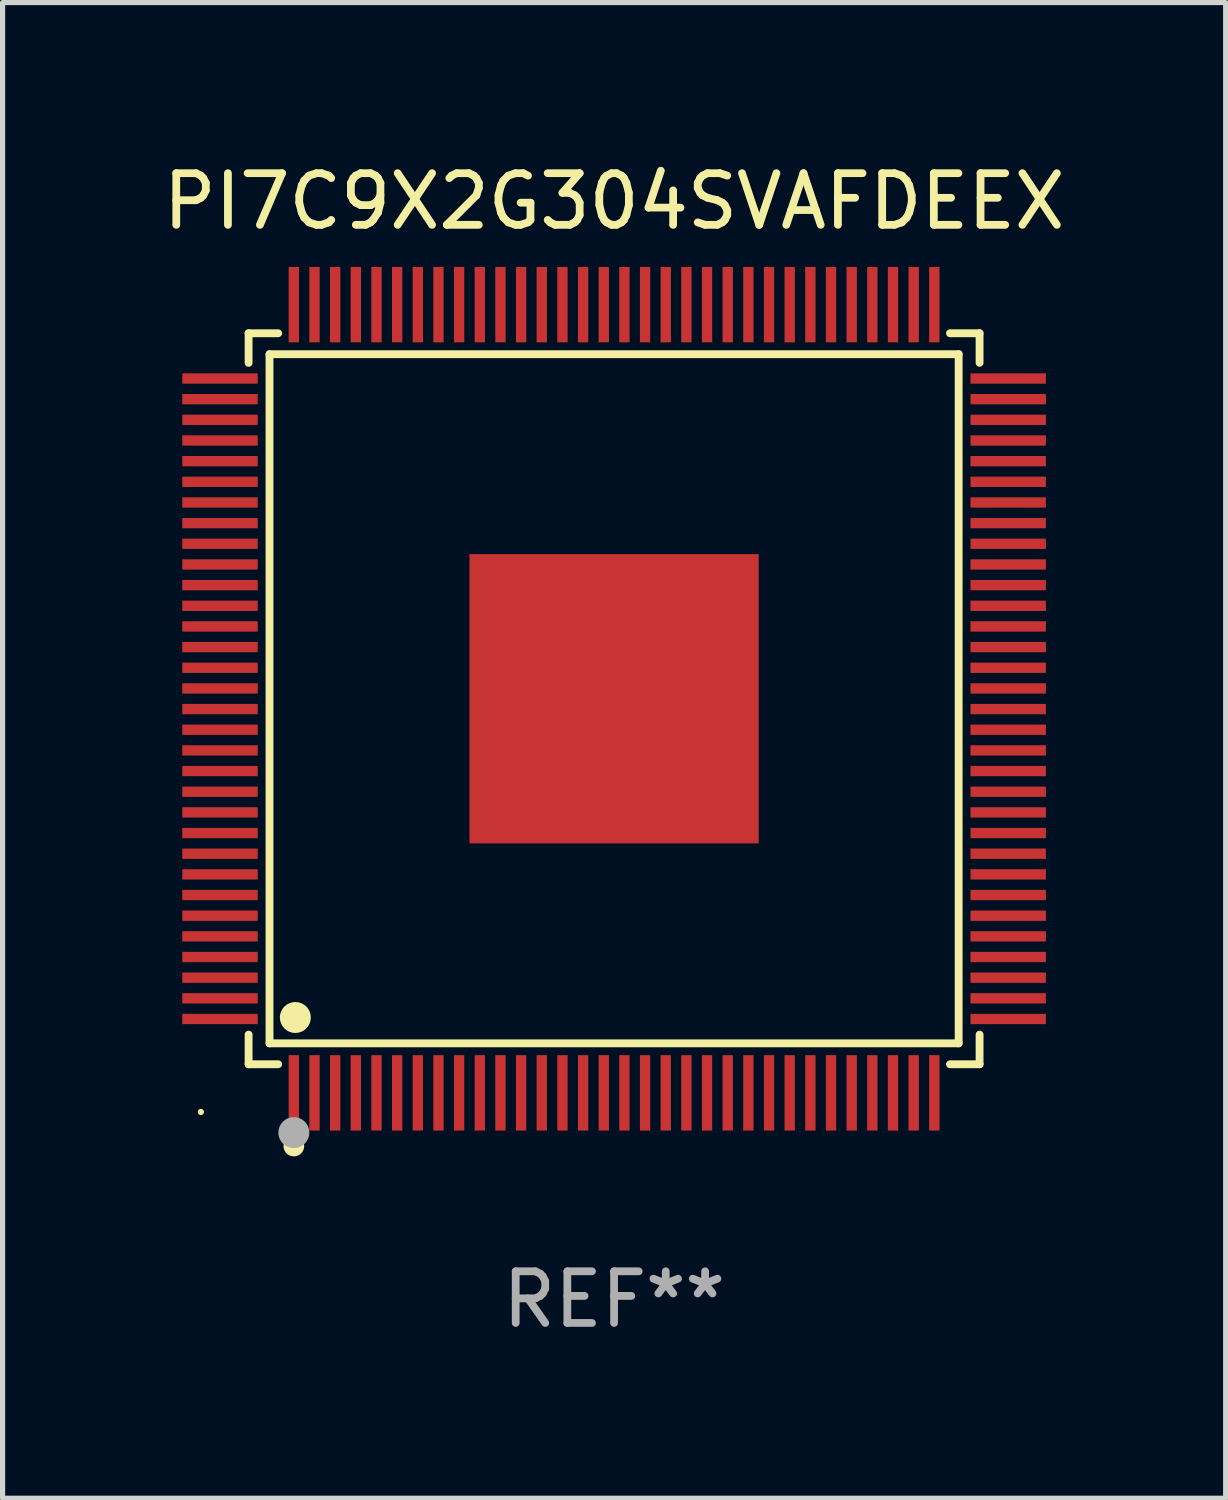
<source format=kicad_pcb>
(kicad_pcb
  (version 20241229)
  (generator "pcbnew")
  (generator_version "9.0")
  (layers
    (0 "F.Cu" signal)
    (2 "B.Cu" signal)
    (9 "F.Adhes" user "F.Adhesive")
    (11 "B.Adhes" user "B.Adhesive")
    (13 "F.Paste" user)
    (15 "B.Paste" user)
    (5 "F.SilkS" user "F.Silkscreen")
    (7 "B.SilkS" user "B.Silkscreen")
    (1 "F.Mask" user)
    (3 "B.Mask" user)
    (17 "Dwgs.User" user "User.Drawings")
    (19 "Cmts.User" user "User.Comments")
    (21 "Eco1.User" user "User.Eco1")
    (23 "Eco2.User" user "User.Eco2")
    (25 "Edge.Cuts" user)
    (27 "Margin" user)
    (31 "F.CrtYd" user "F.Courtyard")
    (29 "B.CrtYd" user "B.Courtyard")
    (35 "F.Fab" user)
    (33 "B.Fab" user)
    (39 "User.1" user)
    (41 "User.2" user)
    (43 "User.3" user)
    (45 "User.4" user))
  (footprint "PI7C9X2G304SVAFDEEX"
    (layer "F.Cu")
    (at 8.839 10.478)
    (property "Reference" "PI7C9X2G304SVAFDEEX" (at 0 -9.63 0) (layer "F.SilkS") (effects (font (size 1 1) (thickness 0.15))))
    (attr through_hole)
    (fp_line (start -7.076 -7.076) (end -6.503 -7.076) (stroke (width 0.152) (type solid)) (layer "F.SilkS"))
    (fp_line (start -7.076 -6.503) (end -7.076 -7.076) (stroke (width 0.152) (type solid)) (layer "F.SilkS"))
    (fp_line (start -7.076 6.503) (end -7.076 7.076) (stroke (width 0.152) (type solid)) (layer "F.SilkS"))
    (fp_line (start -7.076 7.076) (end -6.503 7.076) (stroke (width 0.152) (type solid)) (layer "F.SilkS"))
    (fp_line (start -6.671 -6.671) (end 6.671 -6.671) (stroke (width 0.152) (type solid)) (layer "F.SilkS"))
    (fp_line (start -6.671 6.671) (end -6.671 -6.671) (stroke (width 0.152) (type solid)) (layer "F.SilkS"))
    (fp_line (start 6.671 -6.671) (end 6.671 6.671) (stroke (width 0.152) (type solid)) (layer "F.SilkS"))
    (fp_line (start 6.671 6.671) (end -6.671 6.671) (stroke (width 0.152) (type solid)) (layer "F.SilkS"))
    (fp_line (start 7.076 -7.076) (end 6.503 -7.076) (stroke (width 0.152) (type solid)) (layer "F.SilkS"))
    (fp_line (start 7.076 -6.503) (end 7.076 -7.076) (stroke (width 0.152) (type solid)) (layer "F.SilkS"))
    (fp_line (start 7.076 6.503) (end 7.076 7.076) (stroke (width 0.152) (type solid)) (layer "F.SilkS"))
    (fp_line (start 7.076 7.076) (end 6.503 7.076) (stroke (width 0.152) (type solid)) (layer "F.SilkS"))
    (fp_circle (center -8 8) (end -7.97 8) (stroke (width 0.06) (type solid)) (fill no) (layer "F.SilkS"))
    (fp_circle (center -6.2 8.66) (end -6.1 8.66) (stroke (width 0.2) (type solid)) (fill no) (layer "F.SilkS"))
    (fp_circle (center -6.171 6.171) (end -6.021 6.171) (stroke (width 0.3) (type solid)) (fill no) (layer "F.SilkS"))
    (fp_circle (center -6.2 8.4) (end -6.05 8.4) (stroke (width 0.3) (type solid)) (fill no) (layer "F.Fab"))
    (fp_text user "REF**" (at 0 11.63 0) (layer "F.Fab") (effects (font (size 1 1) (thickness 0.15))))
    (pad "1" smd rect (at -6.2 7.63) (size 0.2 1.46) (layers "F.Cu" "F.Mask" "F.Paste"))
    (pad "2" smd rect (at -5.8 7.63) (size 0.2 1.46) (layers "F.Cu" "F.Mask" "F.Paste"))
    (pad "3" smd rect (at -5.4 7.63) (size 0.2 1.46) (layers "F.Cu" "F.Mask" "F.Paste"))
    (pad "4" smd rect (at -5 7.63) (size 0.2 1.46) (layers "F.Cu" "F.Mask" "F.Paste"))
    (pad "5" smd rect (at -4.6 7.63) (size 0.2 1.46) (layers "F.Cu" "F.Mask" "F.Paste"))
    (pad "6" smd rect (at -4.2 7.63) (size 0.2 1.46) (layers "F.Cu" "F.Mask" "F.Paste"))
    (pad "7" smd rect (at -3.8 7.63) (size 0.2 1.46) (layers "F.Cu" "F.Mask" "F.Paste"))
    (pad "8" smd rect (at -3.4 7.63) (size 0.2 1.46) (layers "F.Cu" "F.Mask" "F.Paste"))
    (pad "9" smd rect (at -3 7.63) (size 0.2 1.46) (layers "F.Cu" "F.Mask" "F.Paste"))
    (pad "10" smd rect (at -2.6 7.63) (size 0.2 1.46) (layers "F.Cu" "F.Mask" "F.Paste"))
    (pad "11" smd rect (at -2.2 7.63) (size 0.2 1.46) (layers "F.Cu" "F.Mask" "F.Paste"))
    (pad "12" smd rect (at -1.8 7.63) (size 0.2 1.46) (layers "F.Cu" "F.Mask" "F.Paste"))
    (pad "13" smd rect (at -1.4 7.63) (size 0.2 1.46) (layers "F.Cu" "F.Mask" "F.Paste"))
    (pad "14" smd rect (at -1 7.63) (size 0.2 1.46) (layers "F.Cu" "F.Mask" "F.Paste"))
    (pad "15" smd rect (at -0.6 7.63) (size 0.2 1.46) (layers "F.Cu" "F.Mask" "F.Paste"))
    (pad "16" smd rect (at -0.2 7.63) (size 0.2 1.46) (layers "F.Cu" "F.Mask" "F.Paste"))
    (pad "17" smd rect (at 0.2 7.63) (size 0.2 1.46) (layers "F.Cu" "F.Mask" "F.Paste"))
    (pad "18" smd rect (at 0.6 7.63) (size 0.2 1.46) (layers "F.Cu" "F.Mask" "F.Paste"))
    (pad "19" smd rect (at 1 7.63) (size 0.2 1.46) (layers "F.Cu" "F.Mask" "F.Paste"))
    (pad "20" smd rect (at 1.4 7.63) (size 0.2 1.46) (layers "F.Cu" "F.Mask" "F.Paste"))
    (pad "21" smd rect (at 1.8 7.63) (size 0.2 1.46) (layers "F.Cu" "F.Mask" "F.Paste"))
    (pad "22" smd rect (at 2.2 7.63) (size 0.2 1.46) (layers "F.Cu" "F.Mask" "F.Paste"))
    (pad "23" smd rect (at 2.6 7.63) (size 0.2 1.46) (layers "F.Cu" "F.Mask" "F.Paste"))
    (pad "24" smd rect (at 3 7.63) (size 0.2 1.46) (layers "F.Cu" "F.Mask" "F.Paste"))
    (pad "25" smd rect (at 3.4 7.63) (size 0.2 1.46) (layers "F.Cu" "F.Mask" "F.Paste"))
    (pad "26" smd rect (at 3.8 7.63) (size 0.2 1.46) (layers "F.Cu" "F.Mask" "F.Paste"))
    (pad "27" smd rect (at 4.2 7.63) (size 0.2 1.46) (layers "F.Cu" "F.Mask" "F.Paste"))
    (pad "28" smd rect (at 4.6 7.63) (size 0.2 1.46) (layers "F.Cu" "F.Mask" "F.Paste"))
    (pad "29" smd rect (at 5 7.63) (size 0.2 1.46) (layers "F.Cu" "F.Mask" "F.Paste"))
    (pad "30" smd rect (at 5.4 7.63) (size 0.2 1.46) (layers "F.Cu" "F.Mask" "F.Paste"))
    (pad "31" smd rect (at 5.8 7.63) (size 0.2 1.46) (layers "F.Cu" "F.Mask" "F.Paste"))
    (pad "32" smd rect (at 6.2 7.63) (size 0.2 1.46) (layers "F.Cu" "F.Mask" "F.Paste"))
    (pad "33" smd rect (at 7.63 6.2) (size 1.46 0.2) (layers "F.Cu" "F.Mask" "F.Paste"))
    (pad "34" smd rect (at 7.63 5.8) (size 1.46 0.2) (layers "F.Cu" "F.Mask" "F.Paste"))
    (pad "35" smd rect (at 7.63 5.4) (size 1.46 0.2) (layers "F.Cu" "F.Mask" "F.Paste"))
    (pad "36" smd rect (at 7.63 5) (size 1.46 0.2) (layers "F.Cu" "F.Mask" "F.Paste"))
    (pad "37" smd rect (at 7.63 4.6) (size 1.46 0.2) (layers "F.Cu" "F.Mask" "F.Paste"))
    (pad "38" smd rect (at 7.63 4.2) (size 1.46 0.2) (layers "F.Cu" "F.Mask" "F.Paste"))
    (pad "39" smd rect (at 7.63 3.8) (size 1.46 0.2) (layers "F.Cu" "F.Mask" "F.Paste"))
    (pad "40" smd rect (at 7.63 3.4) (size 1.46 0.2) (layers "F.Cu" "F.Mask" "F.Paste"))
    (pad "41" smd rect (at 7.63 3) (size 1.46 0.2) (layers "F.Cu" "F.Mask" "F.Paste"))
    (pad "42" smd rect (at 7.63 2.6) (size 1.46 0.2) (layers "F.Cu" "F.Mask" "F.Paste"))
    (pad "43" smd rect (at 7.63 2.2) (size 1.46 0.2) (layers "F.Cu" "F.Mask" "F.Paste"))
    (pad "44" smd rect (at 7.63 1.8) (size 1.46 0.2) (layers "F.Cu" "F.Mask" "F.Paste"))
    (pad "45" smd rect (at 7.63 1.4) (size 1.46 0.2) (layers "F.Cu" "F.Mask" "F.Paste"))
    (pad "46" smd rect (at 7.63 1) (size 1.46 0.2) (layers "F.Cu" "F.Mask" "F.Paste"))
    (pad "47" smd rect (at 7.63 0.6) (size 1.46 0.2) (layers "F.Cu" "F.Mask" "F.Paste"))
    (pad "48" smd rect (at 7.63 0.2) (size 1.46 0.2) (layers "F.Cu" "F.Mask" "F.Paste"))
    (pad "49" smd rect (at 7.63 -0.2) (size 1.46 0.2) (layers "F.Cu" "F.Mask" "F.Paste"))
    (pad "50" smd rect (at 7.63 -0.6) (size 1.46 0.2) (layers "F.Cu" "F.Mask" "F.Paste"))
    (pad "51" smd rect (at 7.63 -1) (size 1.46 0.2) (layers "F.Cu" "F.Mask" "F.Paste"))
    (pad "52" smd rect (at 7.63 -1.4) (size 1.46 0.2) (layers "F.Cu" "F.Mask" "F.Paste"))
    (pad "53" smd rect (at 7.63 -1.8) (size 1.46 0.2) (layers "F.Cu" "F.Mask" "F.Paste"))
    (pad "54" smd rect (at 7.63 -2.2) (size 1.46 0.2) (layers "F.Cu" "F.Mask" "F.Paste"))
    (pad "55" smd rect (at 7.63 -2.6) (size 1.46 0.2) (layers "F.Cu" "F.Mask" "F.Paste"))
    (pad "56" smd rect (at 7.63 -3) (size 1.46 0.2) (layers "F.Cu" "F.Mask" "F.Paste"))
    (pad "57" smd rect (at 7.63 -3.4) (size 1.46 0.2) (layers "F.Cu" "F.Mask" "F.Paste"))
    (pad "58" smd rect (at 7.63 -3.8) (size 1.46 0.2) (layers "F.Cu" "F.Mask" "F.Paste"))
    (pad "59" smd rect (at 7.63 -4.2) (size 1.46 0.2) (layers "F.Cu" "F.Mask" "F.Paste"))
    (pad "60" smd rect (at 7.63 -4.6) (size 1.46 0.2) (layers "F.Cu" "F.Mask" "F.Paste"))
    (pad "61" smd rect (at 7.63 -5) (size 1.46 0.2) (layers "F.Cu" "F.Mask" "F.Paste"))
    (pad "62" smd rect (at 7.63 -5.4) (size 1.46 0.2) (layers "F.Cu" "F.Mask" "F.Paste"))
    (pad "63" smd rect (at 7.63 -5.8) (size 1.46 0.2) (layers "F.Cu" "F.Mask" "F.Paste"))
    (pad "64" smd rect (at 7.63 -6.2) (size 1.46 0.2) (layers "F.Cu" "F.Mask" "F.Paste"))
    (pad "65" smd rect (at 6.2 -7.63) (size 0.2 1.46) (layers "F.Cu" "F.Mask" "F.Paste"))
    (pad "66" smd rect (at 5.8 -7.63) (size 0.2 1.46) (layers "F.Cu" "F.Mask" "F.Paste"))
    (pad "67" smd rect (at 5.4 -7.63) (size 0.2 1.46) (layers "F.Cu" "F.Mask" "F.Paste"))
    (pad "68" smd rect (at 5 -7.63) (size 0.2 1.46) (layers "F.Cu" "F.Mask" "F.Paste"))
    (pad "69" smd rect (at 4.6 -7.63) (size 0.2 1.46) (layers "F.Cu" "F.Mask" "F.Paste"))
    (pad "70" smd rect (at 4.2 -7.63) (size 0.2 1.46) (layers "F.Cu" "F.Mask" "F.Paste"))
    (pad "71" smd rect (at 3.8 -7.63) (size 0.2 1.46) (layers "F.Cu" "F.Mask" "F.Paste"))
    (pad "72" smd rect (at 3.4 -7.63) (size 0.2 1.46) (layers "F.Cu" "F.Mask" "F.Paste"))
    (pad "73" smd rect (at 3 -7.63) (size 0.2 1.46) (layers "F.Cu" "F.Mask" "F.Paste"))
    (pad "74" smd rect (at 2.6 -7.63) (size 0.2 1.46) (layers "F.Cu" "F.Mask" "F.Paste"))
    (pad "75" smd rect (at 2.2 -7.63) (size 0.2 1.46) (layers "F.Cu" "F.Mask" "F.Paste"))
    (pad "76" smd rect (at 1.8 -7.63) (size 0.2 1.46) (layers "F.Cu" "F.Mask" "F.Paste"))
    (pad "77" smd rect (at 1.4 -7.63) (size 0.2 1.46) (layers "F.Cu" "F.Mask" "F.Paste"))
    (pad "78" smd rect (at 1 -7.63) (size 0.2 1.46) (layers "F.Cu" "F.Mask" "F.Paste"))
    (pad "79" smd rect (at 0.6 -7.63) (size 0.2 1.46) (layers "F.Cu" "F.Mask" "F.Paste"))
    (pad "80" smd rect (at 0.2 -7.63) (size 0.2 1.46) (layers "F.Cu" "F.Mask" "F.Paste"))
    (pad "81" smd rect (at -0.2 -7.63) (size 0.2 1.46) (layers "F.Cu" "F.Mask" "F.Paste"))
    (pad "82" smd rect (at -0.6 -7.63) (size 0.2 1.46) (layers "F.Cu" "F.Mask" "F.Paste"))
    (pad "83" smd rect (at -1 -7.63) (size 0.2 1.46) (layers "F.Cu" "F.Mask" "F.Paste"))
    (pad "84" smd rect (at -1.4 -7.63) (size 0.2 1.46) (layers "F.Cu" "F.Mask" "F.Paste"))
    (pad "85" smd rect (at -1.8 -7.63) (size 0.2 1.46) (layers "F.Cu" "F.Mask" "F.Paste"))
    (pad "86" smd rect (at -2.2 -7.63) (size 0.2 1.46) (layers "F.Cu" "F.Mask" "F.Paste"))
    (pad "87" smd rect (at -2.6 -7.63) (size 0.2 1.46) (layers "F.Cu" "F.Mask" "F.Paste"))
    (pad "88" smd rect (at -3 -7.63) (size 0.2 1.46) (layers "F.Cu" "F.Mask" "F.Paste"))
    (pad "89" smd rect (at -3.4 -7.63) (size 0.2 1.46) (layers "F.Cu" "F.Mask" "F.Paste"))
    (pad "90" smd rect (at -3.8 -7.63) (size 0.2 1.46) (layers "F.Cu" "F.Mask" "F.Paste"))
    (pad "91" smd rect (at -4.2 -7.63) (size 0.2 1.46) (layers "F.Cu" "F.Mask" "F.Paste"))
    (pad "92" smd rect (at -4.6 -7.63) (size 0.2 1.46) (layers "F.Cu" "F.Mask" "F.Paste"))
    (pad "93" smd rect (at -5 -7.63) (size 0.2 1.46) (layers "F.Cu" "F.Mask" "F.Paste"))
    (pad "94" smd rect (at -5.4 -7.63) (size 0.2 1.46) (layers "F.Cu" "F.Mask" "F.Paste"))
    (pad "95" smd rect (at -5.8 -7.63) (size 0.2 1.46) (layers "F.Cu" "F.Mask" "F.Paste"))
    (pad "96" smd rect (at -6.2 -7.63) (size 0.2 1.46) (layers "F.Cu" "F.Mask" "F.Paste"))
    (pad "97" smd rect (at -7.63 -6.2) (size 1.46 0.2) (layers "F.Cu" "F.Mask" "F.Paste"))
    (pad "98" smd rect (at -7.63 -5.8) (size 1.46 0.2) (layers "F.Cu" "F.Mask" "F.Paste"))
    (pad "99" smd rect (at -7.63 -5.4) (size 1.46 0.2) (layers "F.Cu" "F.Mask" "F.Paste"))
    (pad "100" smd rect (at -7.63 -5) (size 1.46 0.2) (layers "F.Cu" "F.Mask" "F.Paste"))
    (pad "101" smd rect (at -7.63 -4.6) (size 1.46 0.2) (layers "F.Cu" "F.Mask" "F.Paste"))
    (pad "102" smd rect (at -7.63 -4.2) (size 1.46 0.2) (layers "F.Cu" "F.Mask" "F.Paste"))
    (pad "103" smd rect (at -7.63 -3.8) (size 1.46 0.2) (layers "F.Cu" "F.Mask" "F.Paste"))
    (pad "104" smd rect (at -7.63 -3.4) (size 1.46 0.2) (layers "F.Cu" "F.Mask" "F.Paste"))
    (pad "105" smd rect (at -7.63 -3) (size 1.46 0.2) (layers "F.Cu" "F.Mask" "F.Paste"))
    (pad "106" smd rect (at -7.63 -2.6) (size 1.46 0.2) (layers "F.Cu" "F.Mask" "F.Paste"))
    (pad "107" smd rect (at -7.63 -2.2) (size 1.46 0.2) (layers "F.Cu" "F.Mask" "F.Paste"))
    (pad "108" smd rect (at -7.63 -1.8) (size 1.46 0.2) (layers "F.Cu" "F.Mask" "F.Paste"))
    (pad "109" smd rect (at -7.63 -1.4) (size 1.46 0.2) (layers "F.Cu" "F.Mask" "F.Paste"))
    (pad "110" smd rect (at -7.63 -1) (size 1.46 0.2) (layers "F.Cu" "F.Mask" "F.Paste"))
    (pad "111" smd rect (at -7.63 -0.6) (size 1.46 0.2) (layers "F.Cu" "F.Mask" "F.Paste"))
    (pad "112" smd rect (at -7.63 -0.2) (size 1.46 0.2) (layers "F.Cu" "F.Mask" "F.Paste"))
    (pad "113" smd rect (at -7.63 0.2) (size 1.46 0.2) (layers "F.Cu" "F.Mask" "F.Paste"))
    (pad "114" smd rect (at -7.63 0.6) (size 1.46 0.2) (layers "F.Cu" "F.Mask" "F.Paste"))
    (pad "115" smd rect (at -7.63 1) (size 1.46 0.2) (layers "F.Cu" "F.Mask" "F.Paste"))
    (pad "116" smd rect (at -7.63 1.4) (size 1.46 0.2) (layers "F.Cu" "F.Mask" "F.Paste"))
    (pad "117" smd rect (at -7.63 1.8) (size 1.46 0.2) (layers "F.Cu" "F.Mask" "F.Paste"))
    (pad "118" smd rect (at -7.63 2.2) (size 1.46 0.2) (layers "F.Cu" "F.Mask" "F.Paste"))
    (pad "119" smd rect (at -7.63 2.6) (size 1.46 0.2) (layers "F.Cu" "F.Mask" "F.Paste"))
    (pad "120" smd rect (at -7.63 3) (size 1.46 0.2) (layers "F.Cu" "F.Mask" "F.Paste"))
    (pad "121" smd rect (at -7.63 3.4) (size 1.46 0.2) (layers "F.Cu" "F.Mask" "F.Paste"))
    (pad "122" smd rect (at -7.63 3.8) (size 1.46 0.2) (layers "F.Cu" "F.Mask" "F.Paste"))
    (pad "123" smd rect (at -7.63 4.2) (size 1.46 0.2) (layers "F.Cu" "F.Mask" "F.Paste"))
    (pad "124" smd rect (at -7.63 4.6) (size 1.46 0.2) (layers "F.Cu" "F.Mask" "F.Paste"))
    (pad "125" smd rect (at -7.63 5) (size 1.46 0.2) (layers "F.Cu" "F.Mask" "F.Paste"))
    (pad "126" smd rect (at -7.63 5.4) (size 1.46 0.2) (layers "F.Cu" "F.Mask" "F.Paste"))
    (pad "127" smd rect (at -7.63 5.8) (size 1.46 0.2) (layers "F.Cu" "F.Mask" "F.Paste"))
    (pad "128" smd rect (at -7.63 6.2) (size 1.46 0.2) (layers "F.Cu" "F.Mask" "F.Paste"))
    (pad "129" smd rect (at 0 0) (size 5.6 5.6) (layers "F.Cu" "F.Mask" "F.Paste")))
  (gr_rect
    (start -3 -3)
    (end 20.679 25.956)
    (stroke (width 0.1) (type default))
    (fill no)
    (layer "Edge.Cuts")))
</source>
